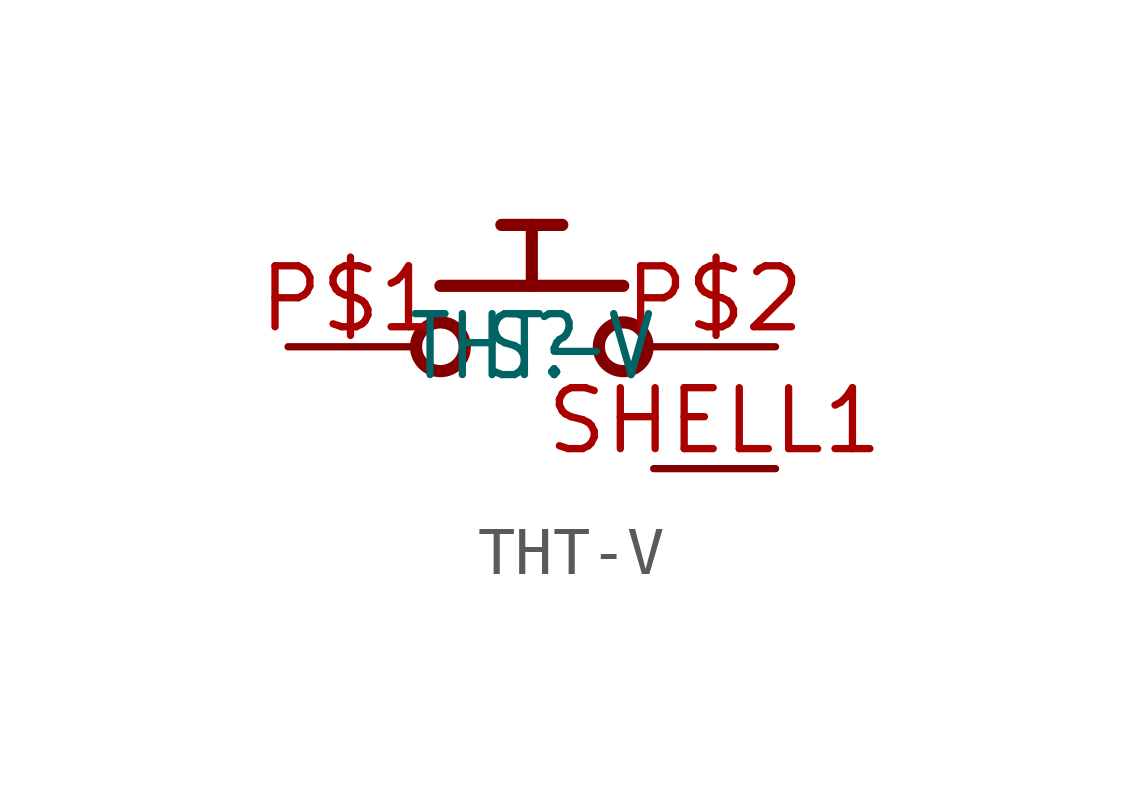
<source format=kicad_sym>
(kicad_symbol_lib
  (version 20211014)
  (generator kicad_symbol_editor)
  (symbol "THT-V"
    (pin_names
      (offset 1.016) hide)
    (property "Reference" "S"
      (at 0 0 0)
      (effects (font (size 1.27 1.086))))
    (property "Value" "THT-V"
      (at 0 0 0)
      (effects (font (size 1.27 1.086))))
    (symbol "THT-V_0_0")
    (symbol "THT-V_0_1"
      (polyline (pts (xy -1.905 1.27) (xy 0.0 1.27) (xy 1.905 1.27)) (stroke (width 0.254) (type default) (color 0 0 0 0)))
      (polyline (pts (xy 0.0 1.27) (xy 0.0 2.54) (xy -0.635 2.54)) (stroke (width 0.254) (type default) (color 0 0 0 0)))
      (polyline (pts (xy 0.0 2.54) (xy 0.635 2.54)) (stroke (width 0.254) (type default) (color 0 0 0 0)))
      (circle (center -1.905 0) (radius 0.508) (stroke (width 0.254) (type default) (color 0 0 0 0)))
      (circle (center 1.905 0) (radius 0.508) (stroke (width 0.254) (type default) (color 0 0 0 0))))
    (symbol "THT-V_1_1"
      (pin bidirectional line (at -5.08 0 0) (length 2.54) (name "P$1" (effects (font (size 1.27 1.086)))) (number "P$1" (effects (font (size 1.27 1.086)))))
      (pin bidirectional line (at 5.08 0 180) (length 2.54) (name "P$2" (effects (font (size 1.27 1.086)))) (number "P$2" (effects (font (size 1.27 1.086)))))
      (pin bidirectional line (at 5.08 -2.54 180) (length 2.54) (name "GND" (effects (font (size 1.27 1.086)))) (number "SHELL1" (effects (font (size 1.27 1.086)))))
      (pin bidirectional line (at 5.08 -2.54 180) (length 2.54) hide (name "GND" (effects (font (size 1.27 1.086)))) (number "SHELL2" (effects (font (size 1.27 1.086))))))))
</source>
